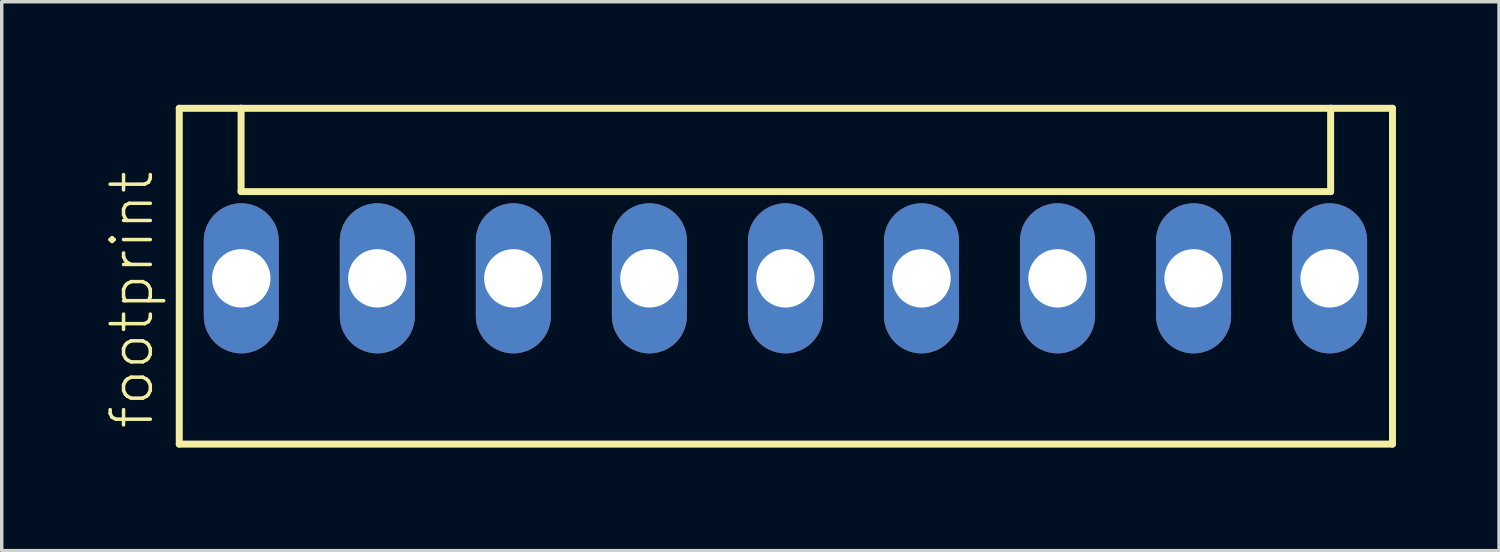
<source format=kicad_pcb>
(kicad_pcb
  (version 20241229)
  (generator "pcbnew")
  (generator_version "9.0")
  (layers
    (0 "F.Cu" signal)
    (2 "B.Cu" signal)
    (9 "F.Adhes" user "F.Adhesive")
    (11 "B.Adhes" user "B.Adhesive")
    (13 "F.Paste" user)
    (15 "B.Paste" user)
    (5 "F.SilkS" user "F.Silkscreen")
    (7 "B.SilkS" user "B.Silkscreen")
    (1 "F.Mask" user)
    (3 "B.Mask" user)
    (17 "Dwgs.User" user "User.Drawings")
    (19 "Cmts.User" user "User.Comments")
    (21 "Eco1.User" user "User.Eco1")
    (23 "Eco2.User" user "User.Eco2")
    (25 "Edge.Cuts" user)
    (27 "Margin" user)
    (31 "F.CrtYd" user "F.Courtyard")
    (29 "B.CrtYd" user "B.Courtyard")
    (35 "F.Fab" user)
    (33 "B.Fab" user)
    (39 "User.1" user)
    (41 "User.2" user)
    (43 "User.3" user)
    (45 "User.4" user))
  (footprint "footprint"
    (layer "F.Cu")
    (at 19.813 5.052)
    (property "Reference" "footprint" (at -18.34 4.445 90) (layer "F.SilkS") (effects (font (size 1.168 1.168) (thickness 0.102)) (justify left bottom)))
    (fp_line (start -17.645 -4.95) (end -17.645 4.825) (stroke (width 0.203) (type solid)) (layer "F.SilkS"))
    (fp_line (start -17.645 4.825) (end 17.67 4.825) (stroke (width 0.203) (type solid)) (layer "F.SilkS"))
    (fp_line (start -15.845 -4.95) (end -17.645 -4.95) (stroke (width 0.203) (type solid)) (layer "F.SilkS"))
    (fp_line (start -15.845 -2.525) (end -15.845 -4.95) (stroke (width 0.203) (type solid)) (layer "F.SilkS"))
    (fp_line (start -15.845 -2.525) (end 15.87 -2.525) (stroke (width 0.203) (type solid)) (layer "F.SilkS"))
    (fp_line (start 15.87 -4.95) (end -15.845 -4.95) (stroke (width 0.203) (type solid)) (layer "F.SilkS"))
    (fp_line (start 15.87 -2.525) (end 15.87 -4.95) (stroke (width 0.203) (type solid)) (layer "F.SilkS"))
    (fp_line (start 17.67 -4.95) (end 15.87 -4.95) (stroke (width 0.203) (type solid)) (layer "F.SilkS"))
    (fp_line (start 17.67 4.825) (end 17.67 -4.95) (stroke (width 0.203) (type solid)) (layer "F.SilkS"))
    (pad "1" thru_hole oval (at -15.84 0 90) (size 4.369 2.184) (drill 1.7) (layers "*.Cu" "*.Mask"))
    (pad "2" thru_hole oval (at -11.88 0 90) (size 4.369 2.184) (drill 1.7) (layers "*.Cu" "*.Mask"))
    (pad "3" thru_hole oval (at -7.92 0 90) (size 4.369 2.184) (drill 1.7) (layers "*.Cu" "*.Mask"))
    (pad "4" thru_hole oval (at -3.96 0 90) (size 4.369 2.184) (drill 1.7) (layers "*.Cu" "*.Mask"))
    (pad "5" thru_hole oval (at 0 0 90) (size 4.369 2.184) (drill 1.7) (layers "*.Cu" "*.Mask"))
    (pad "6" thru_hole oval (at 3.96 0 90) (size 4.369 2.184) (drill 1.7) (layers "*.Cu" "*.Mask"))
    (pad "7" thru_hole oval (at 7.92 0 90) (size 4.369 2.184) (drill 1.7) (layers "*.Cu" "*.Mask"))
    (pad "8" thru_hole oval (at 11.88 0 90) (size 4.369 2.184) (drill 1.7) (layers "*.Cu" "*.Mask"))
    (pad "9" thru_hole oval (at 15.84 0 90) (size 4.369 2.184) (drill 1.7) (layers "*.Cu" "*.Mask")))
  (gr_rect
    (start -3 -3)
    (end 40.585 12.978)
    (stroke (width 0.1) (type default))
    (fill no)
    (layer "Edge.Cuts")))
</source>
